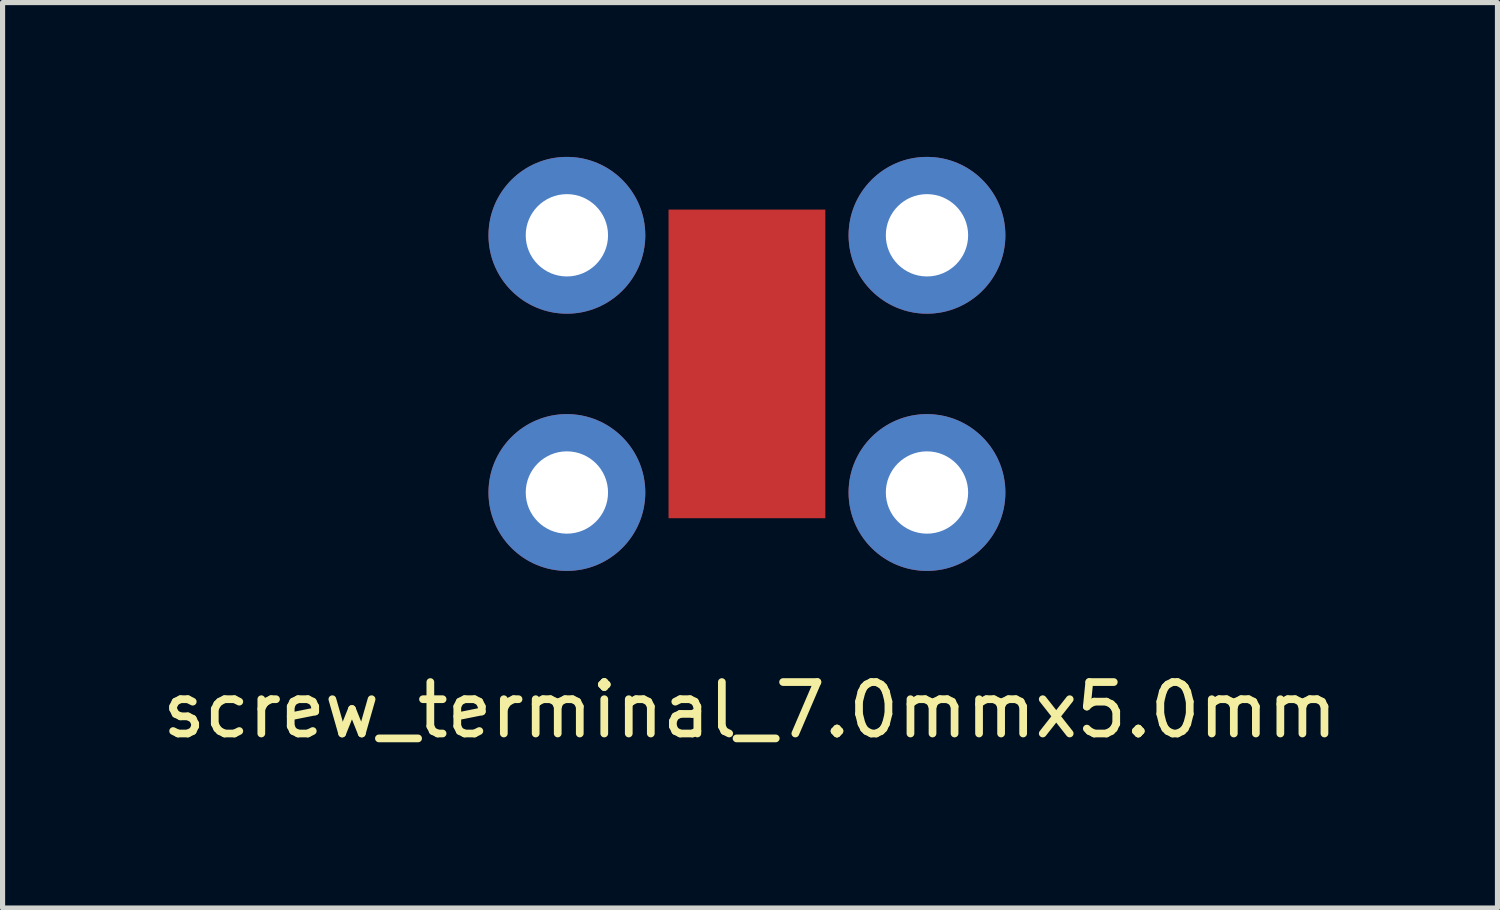
<source format=kicad_pcb>
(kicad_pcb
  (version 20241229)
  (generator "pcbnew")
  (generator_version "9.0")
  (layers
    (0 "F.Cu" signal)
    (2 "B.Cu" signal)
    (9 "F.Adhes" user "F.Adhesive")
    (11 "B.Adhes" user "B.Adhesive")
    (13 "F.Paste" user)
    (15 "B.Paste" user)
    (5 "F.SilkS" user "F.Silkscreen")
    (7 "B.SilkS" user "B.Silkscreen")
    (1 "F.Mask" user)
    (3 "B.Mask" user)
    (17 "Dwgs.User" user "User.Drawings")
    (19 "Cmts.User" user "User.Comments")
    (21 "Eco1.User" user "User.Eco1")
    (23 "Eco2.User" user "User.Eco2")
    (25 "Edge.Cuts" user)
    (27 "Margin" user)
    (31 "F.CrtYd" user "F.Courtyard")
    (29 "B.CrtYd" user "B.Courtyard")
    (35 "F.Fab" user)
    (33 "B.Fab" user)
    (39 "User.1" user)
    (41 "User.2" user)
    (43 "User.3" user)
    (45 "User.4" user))
  (footprint "screw_terminal_7.0mmx5.0mm"
    (layer "F.Cu")
    (at 11.51 4.114)
    (property "Reference" "screw_terminal_7.0mmx5.0mm" (at 0.02 6.64 0) (layer "F.SilkS") (effects (font (size 1 1) (thickness 0.15))))
    (attr through_hole)
    (fp_line (start -3.92 -4.04) (end 3.98 -4.04) (stroke (width 0.12) (type solid)) (layer "B.Paste"))
    (fp_line (start -3.92 3.86) (end -3.92 -4.04) (stroke (width 0.12) (type solid)) (layer "B.Paste"))
    (fp_line (start 3.98 -4.04) (end 3.98 3.86) (stroke (width 0.12) (type solid)) (layer "B.Paste"))
    (fp_line (start 3.98 3.86) (end -3.92 3.86) (stroke (width 0.12) (type solid)) (layer "B.Paste"))
    (pad "" thru_hole circle (at -3.54 -2.59) (size 3.048 3.048) (drill 1.6) (layers "*.Cu" "*.Mask"))
    (pad "" thru_hole circle (at -3.54 2.41) (size 3.048 3.048) (drill 1.6) (layers "*.Cu" "*.Mask"))
    (pad "" thru_hole circle (at 3.46 -2.59) (size 3.048 3.048) (drill 1.6) (layers "*.Cu" "*.Mask"))
    (pad "" thru_hole circle (at 3.46 2.41) (size 3.048 3.048) (drill 1.6) (layers "*.Cu" "*.Mask"))
    (pad "1" smd rect (at -0.04 -0.09) (size 3.048 6) (layers "F.Cu" "F.Mask" "F.Paste")))
  (gr_rect
    (start -3 -3)
    (end 26.06 14.602)
    (stroke (width 0.1) (type default))
    (fill no)
    (layer "Edge.Cuts")))
</source>
